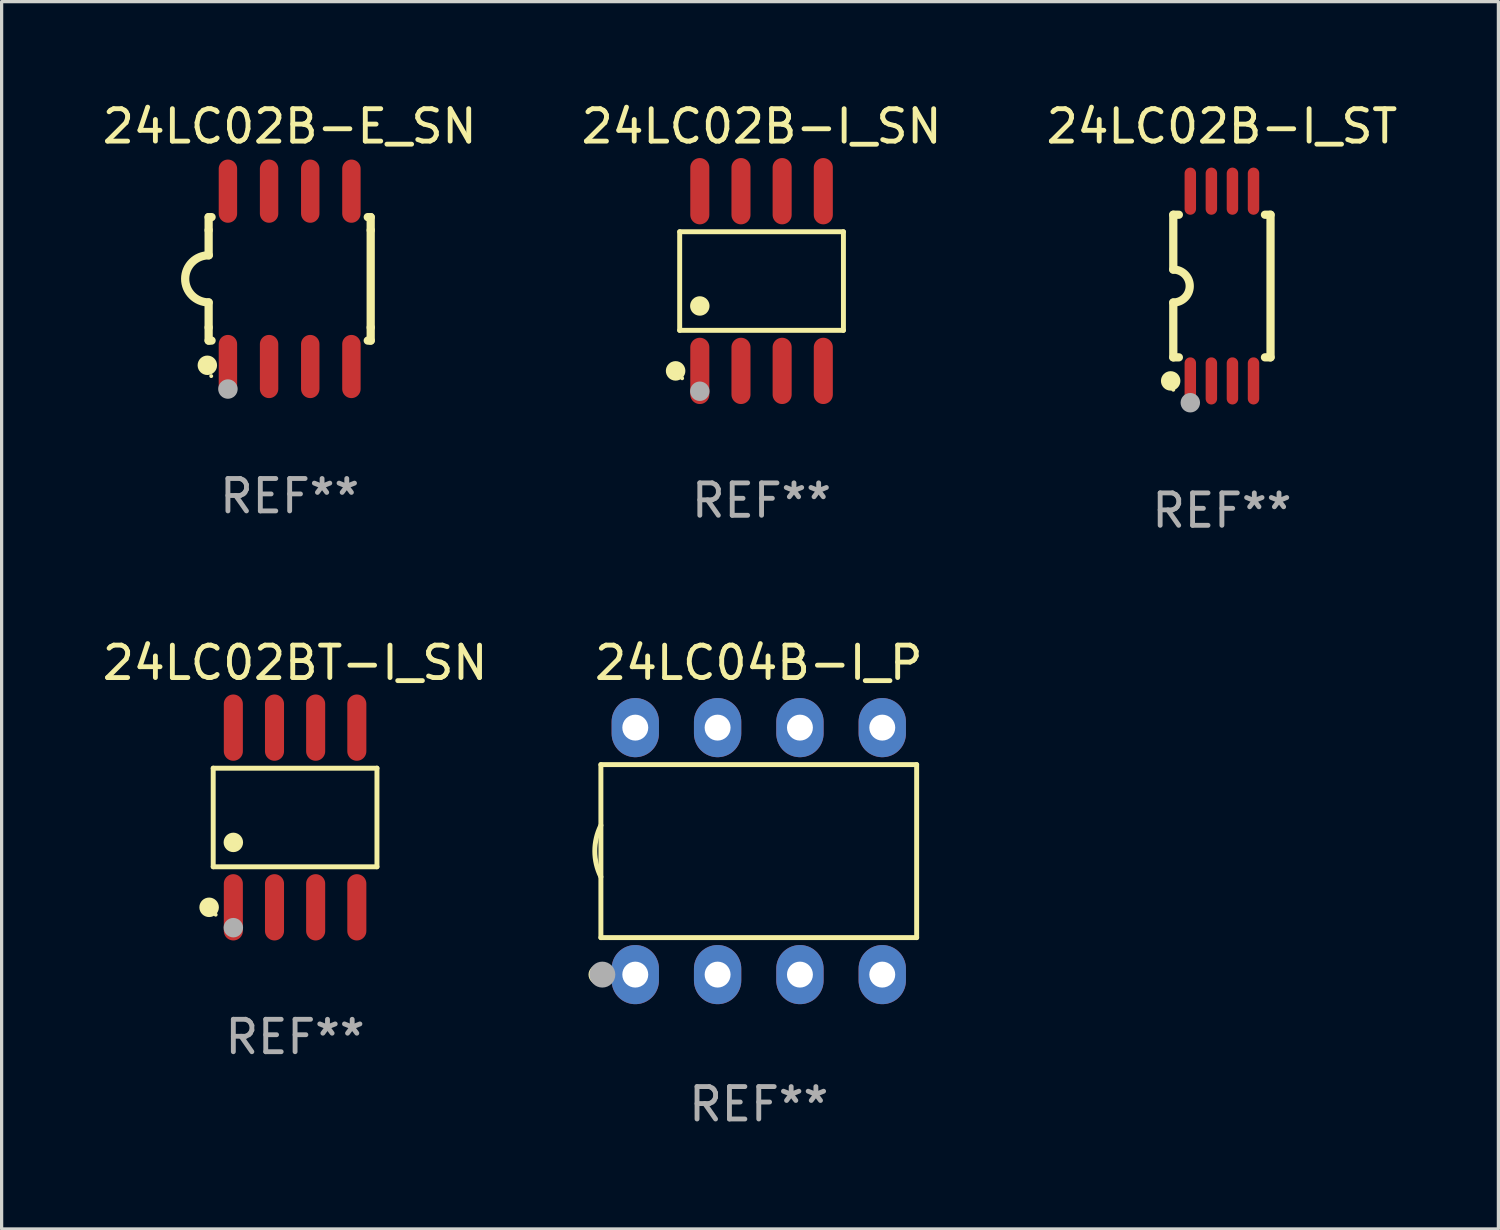
<source format=kicad_pcb>
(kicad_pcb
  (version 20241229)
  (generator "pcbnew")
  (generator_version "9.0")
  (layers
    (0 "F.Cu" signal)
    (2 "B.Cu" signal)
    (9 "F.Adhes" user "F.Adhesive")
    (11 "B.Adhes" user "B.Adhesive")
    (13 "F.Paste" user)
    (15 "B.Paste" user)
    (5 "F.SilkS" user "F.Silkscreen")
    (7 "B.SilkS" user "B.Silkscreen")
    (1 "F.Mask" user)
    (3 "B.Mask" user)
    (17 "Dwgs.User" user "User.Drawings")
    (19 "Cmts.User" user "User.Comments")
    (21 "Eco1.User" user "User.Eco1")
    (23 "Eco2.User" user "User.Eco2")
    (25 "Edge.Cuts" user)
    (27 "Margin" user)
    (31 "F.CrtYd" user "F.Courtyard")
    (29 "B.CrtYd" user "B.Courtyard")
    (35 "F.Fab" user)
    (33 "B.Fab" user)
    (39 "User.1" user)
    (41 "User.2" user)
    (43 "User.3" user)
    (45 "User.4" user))
  (footprint "24LC02B-E_SN"
    (layer "F.Cu")
    (at 5.887 5.553)
    (property "Reference" "24LC02B-E_SN" (at 0 -4.705 0) (layer "F.SilkS") (effects (font (size 1 1) (thickness 0.15))))
    (attr through_hole)
    (fp_line (start -2.5 -1.905) (end -2.409 -1.905) (stroke (width 0.254) (type solid)) (layer "F.SilkS"))
    (fp_line (start -2.5 -1.5) (end -2.5 -1.905) (stroke (width 0.254) (type solid)) (layer "F.SilkS"))
    (fp_line (start -2.5 -1.5) (end -2.5 -0.726) (stroke (width 0.254) (type solid)) (layer "F.SilkS"))
    (fp_line (start -2.5 1.5) (end -2.5 0.727) (stroke (width 0.254) (type solid)) (layer "F.SilkS"))
    (fp_line (start -2.5 1.5) (end -2.5 1.905) (stroke (width 0.254) (type solid)) (layer "F.SilkS"))
    (fp_line (start -2.5 1.905) (end -2.409 1.905) (stroke (width 0.254) (type solid)) (layer "F.SilkS"))
    (fp_line (start 2.5 -1.905) (end 2.409 -1.905) (stroke (width 0.254) (type solid)) (layer "F.SilkS"))
    (fp_line (start 2.5 -1.5) (end 2.5 -1.905) (stroke (width 0.254) (type solid)) (layer "F.SilkS"))
    (fp_line (start 2.5 -1.5) (end 2.5 1.5) (stroke (width 0.254) (type solid)) (layer "F.SilkS"))
    (fp_line (start 2.5 1.5) (end 2.5 1.905) (stroke (width 0.254) (type solid)) (layer "F.SilkS"))
    (fp_line (start 2.5 1.905) (end 2.409 1.905) (stroke (width 0.254) (type solid)) (layer "F.SilkS"))
    (fp_arc (start -2.5 0.726568) (mid -3.220316 -0.0023) (end -2.495097 -0.726289) (stroke (width 0.254001) (type solid)) (layer "F.SilkS"))
    (fp_circle (center -2.54 2.667) (end -2.39 2.667) (stroke (width 0.3) (type solid)) (fill no) (layer "F.SilkS"))
    (fp_circle (center -2.42 3) (end -2.39 3) (stroke (width 0.06) (type solid)) (fill no) (layer "F.SilkS"))
    (fp_circle (center -1.905 3.4) (end -1.755 3.4) (stroke (width 0.3) (type solid)) (fill no) (layer "F.Fab"))
    (fp_text user "REF**" (at 0 6.705 0) (layer "F.Fab") (effects (font (size 1 1) (thickness 0.15))))
    (pad "1" smd oval (at -1.905 2.705) (size 0.568 1.95) (layers "F.Cu" "F.Mask" "F.Paste"))
    (pad "2" smd oval (at -0.635 2.705) (size 0.568 1.95) (layers "F.Cu" "F.Mask" "F.Paste"))
    (pad "3" smd oval (at 0.635 2.705) (size 0.568 1.95) (layers "F.Cu" "F.Mask" "F.Paste"))
    (pad "4" smd oval (at 1.905 2.705) (size 0.568 1.95) (layers "F.Cu" "F.Mask" "F.Paste"))
    (pad "5" smd oval (at 1.905 -2.705) (size 0.568 1.95) (layers "F.Cu" "F.Mask" "F.Paste"))
    (pad "6" smd oval (at 0.635 -2.705) (size 0.568 1.95) (layers "F.Cu" "F.Mask" "F.Paste"))
    (pad "7" smd oval (at -0.635 -2.705) (size 0.568 1.95) (layers "F.Cu" "F.Mask" "F.Paste"))
    (pad "8" smd oval (at -1.905 -2.705) (size 0.568 1.95) (layers "F.Cu" "F.Mask" "F.Paste")))
  (footprint "24LC04B-I_P"
    (layer "F.Cu")
    (at 20.36 23.209)
    (property "Reference" "24LC04B-I_P" (at 0 -5.81 0) (layer "F.SilkS") (effects (font (size 1 1) (thickness 0.15))))
    (attr through_hole)
    (fp_line (start -4.871 -2.669) (end 4.871 -2.669) (stroke (width 0.152) (type solid)) (layer "F.SilkS"))
    (fp_line (start -4.871 2.669) (end -4.871 -2.669) (stroke (width 0.152) (type solid)) (layer "F.SilkS"))
    (fp_line (start 4.871 -2.669) (end 4.871 2.669) (stroke (width 0.152) (type solid)) (layer "F.SilkS"))
    (fp_line (start 4.871 2.669) (end -4.871 2.669) (stroke (width 0.152) (type solid)) (layer "F.SilkS"))
    (fp_arc (start -4.871222 0.793751) (mid -5.058601 0) (end -4.871222 -0.793752) (stroke (width 0.1524) (type solid)) (layer "F.SilkS"))
    (fp_circle (center -4.953 3.81) (end -4.803 3.81) (stroke (width 0.3) (type solid)) (fill no) (layer "F.SilkS"))
    (fp_circle (center -4.795 3.935) (end -4.765 3.935) (stroke (width 0.06) (type solid)) (fill no) (layer "F.SilkS"))
    (fp_circle (center -4.826 3.81) (end -4.626 3.81) (stroke (width 0.4) (type solid)) (fill no) (layer "F.Fab"))
    (fp_text user "REF**" (at 0 7.81 0) (layer "F.Fab") (effects (font (size 1 1) (thickness 0.15))))
    (pad "1" thru_hole oval (at -3.81 3.81) (size 1.46 1.825) (drill 0.8) (layers "*.Cu" "*.Mask"))
    (pad "2" thru_hole oval (at -1.27 3.81) (size 1.46 1.825) (drill 0.8) (layers "*.Cu" "*.Mask"))
    (pad "3" thru_hole oval (at 1.27 3.81) (size 1.46 1.825) (drill 0.8) (layers "*.Cu" "*.Mask"))
    (pad "4" thru_hole oval (at 3.81 3.81) (size 1.46 1.825) (drill 0.8) (layers "*.Cu" "*.Mask"))
    (pad "5" thru_hole oval (at 3.81 -3.81) (size 1.46 1.825) (drill 0.8) (layers "*.Cu" "*.Mask"))
    (pad "6" thru_hole oval (at 1.27 -3.81) (size 1.46 1.825) (drill 0.8) (layers "*.Cu" "*.Mask"))
    (pad "7" thru_hole oval (at -1.27 -3.81) (size 1.46 1.825) (drill 0.8) (layers "*.Cu" "*.Mask"))
    (pad "8" thru_hole oval (at -3.81 -3.81) (size 1.46 1.825) (drill 0.8) (layers "*.Cu" "*.Mask")))
  (footprint "24LC02B-I_SN"
    (layer "F.Cu")
    (at 20.446 5.621)
    (property "Reference" "24LC02B-I_SN" (at 0 -4.772 0) (layer "F.SilkS") (effects (font (size 1 1) (thickness 0.15))))
    (attr through_hole)
    (fp_line (start -2.526 -1.521) (end 2.526 -1.521) (stroke (width 0.152) (type solid)) (layer "F.SilkS"))
    (fp_line (start -2.526 1.521) (end -2.526 -1.521) (stroke (width 0.152) (type solid)) (layer "F.SilkS"))
    (fp_line (start 2.526 -1.521) (end 2.526 1.521) (stroke (width 0.152) (type solid)) (layer "F.SilkS"))
    (fp_line (start 2.526 1.521) (end -2.526 1.521) (stroke (width 0.152) (type solid)) (layer "F.SilkS"))
    (fp_circle (center -2.652 2.772) (end -2.501 2.772) (stroke (width 0.3) (type solid)) (fill no) (layer "F.SilkS"))
    (fp_circle (center -2.45 3) (end -2.42 3) (stroke (width 0.06) (type solid)) (fill no) (layer "F.SilkS"))
    (fp_circle (center -1.905 0.769) (end -1.755 0.769) (stroke (width 0.3) (type solid)) (fill no) (layer "F.SilkS"))
    (fp_circle (center -1.905 3.4) (end -1.755 3.4) (stroke (width 0.3) (type solid)) (fill no) (layer "F.Fab"))
    (fp_text user "REF**" (at 0 6.772 0) (layer "F.Fab") (effects (font (size 1 1) (thickness 0.15))))
    (pad "1" smd oval (at -1.905 2.772) (size 0.588 2.045) (layers "F.Cu" "F.Mask" "F.Paste"))
    (pad "2" smd oval (at -0.635 2.772) (size 0.588 2.045) (layers "F.Cu" "F.Mask" "F.Paste"))
    (pad "3" smd oval (at 0.635 2.772) (size 0.588 2.045) (layers "F.Cu" "F.Mask" "F.Paste"))
    (pad "4" smd oval (at 1.905 2.772) (size 0.588 2.045) (layers "F.Cu" "F.Mask" "F.Paste"))
    (pad "5" smd oval (at 1.905 -2.772) (size 0.588 2.045) (layers "F.Cu" "F.Mask" "F.Paste"))
    (pad "6" smd oval (at 0.635 -2.772) (size 0.588 2.045) (layers "F.Cu" "F.Mask" "F.Paste"))
    (pad "7" smd oval (at -0.635 -2.772) (size 0.588 2.045) (layers "F.Cu" "F.Mask" "F.Paste"))
    (pad "8" smd oval (at -1.905 -2.772) (size 0.588 2.045) (layers "F.Cu" "F.Mask" "F.Paste")))
  (footprint "24LC02B-I_ST"
    (layer "F.Cu")
    (at 34.649 5.775)
    (property "Reference" "24LC02B-I_ST" (at 0 -4.927 0) (layer "F.SilkS") (effects (font (size 1 1) (thickness 0.15))))
    (attr through_hole)
    (fp_line (start -1.5 -2.2) (end -1.5 -0.508) (stroke (width 0.254) (type solid)) (layer "F.SilkS"))
    (fp_line (start -1.5 -2.2) (end -1.328 -2.2) (stroke (width 0.254) (type solid)) (layer "F.SilkS"))
    (fp_line (start -1.5 2.2) (end -1.5 0.508) (stroke (width 0.254) (type solid)) (layer "F.SilkS"))
    (fp_line (start -1.5 2.2) (end -1.328 2.2) (stroke (width 0.254) (type solid)) (layer "F.SilkS"))
    (fp_line (start 1.328 -2.2) (end 1.5 -2.2) (stroke (width 0.254) (type solid)) (layer "F.SilkS"))
    (fp_line (start 1.328 2.2) (end 1.5 2.2) (stroke (width 0.254) (type solid)) (layer "F.SilkS"))
    (fp_line (start 1.5 -2.2) (end 1.5 2.2) (stroke (width 0.254) (type solid)) (layer "F.SilkS"))
    (fp_arc (start -1.501144 -0.508) (mid -0.993143 -0.000571) (end -1.5 0.508001) (stroke (width 0.254001) (type solid)) (layer "F.SilkS"))
    (fp_circle (center -1.581 2.927) (end -1.431 2.927) (stroke (width 0.3) (type solid)) (fill no) (layer "F.SilkS"))
    (fp_circle (center -1.5 3.2) (end -1.47 3.2) (stroke (width 0.06) (type solid)) (fill no) (layer "F.SilkS"))
    (fp_circle (center -0.975 3.6) (end -0.825 3.6) (stroke (width 0.3) (type solid)) (fill no) (layer "F.Fab"))
    (fp_text user "REF**" (at 0 6.927 0) (layer "F.Fab") (effects (font (size 1 1) (thickness 0.15))))
    (pad "1" smd oval (at -0.975 2.927) (size 0.353 1.454) (layers "F.Cu" "F.Mask" "F.Paste"))
    (pad "2" smd oval (at -0.325 2.927) (size 0.353 1.454) (layers "F.Cu" "F.Mask" "F.Paste"))
    (pad "3" smd oval (at 0.325 2.927) (size 0.353 1.454) (layers "F.Cu" "F.Mask" "F.Paste"))
    (pad "4" smd oval (at 0.975 2.927) (size 0.353 1.454) (layers "F.Cu" "F.Mask" "F.Paste"))
    (pad "5" smd oval (at 0.975 -2.927) (size 0.353 1.454) (layers "F.Cu" "F.Mask" "F.Paste"))
    (pad "6" smd oval (at 0.325 -2.927) (size 0.353 1.454) (layers "F.Cu" "F.Mask" "F.Paste"))
    (pad "7" smd oval (at -0.325 -2.927) (size 0.353 1.454) (layers "F.Cu" "F.Mask" "F.Paste"))
    (pad "8" smd oval (at -0.975 -2.927) (size 0.353 1.454) (layers "F.Cu" "F.Mask" "F.Paste")))
  (footprint "24LC02BT-I_SN"
    (layer "F.Cu")
    (at 6.054 22.171)
    (property "Reference" "24LC02BT-I_SN" (at 0 -4.772 0) (layer "F.SilkS") (effects (font (size 1 1) (thickness 0.15))))
    (attr through_hole)
    (fp_line (start -2.526 -1.521) (end 2.526 -1.521) (stroke (width 0.152) (type solid)) (layer "F.SilkS"))
    (fp_line (start -2.526 1.521) (end -2.526 -1.521) (stroke (width 0.152) (type solid)) (layer "F.SilkS"))
    (fp_line (start 2.526 -1.521) (end 2.526 1.521) (stroke (width 0.152) (type solid)) (layer "F.SilkS"))
    (fp_line (start 2.526 1.521) (end -2.526 1.521) (stroke (width 0.152) (type solid)) (layer "F.SilkS"))
    (fp_circle (center -2.652 2.772) (end -2.501 2.772) (stroke (width 0.3) (type solid)) (fill no) (layer "F.SilkS"))
    (fp_circle (center -2.45 3) (end -2.42 3) (stroke (width 0.06) (type solid)) (fill no) (layer "F.SilkS"))
    (fp_circle (center -1.905 0.769) (end -1.755 0.769) (stroke (width 0.3) (type solid)) (fill no) (layer "F.SilkS"))
    (fp_circle (center -1.905 3.4) (end -1.755 3.4) (stroke (width 0.3) (type solid)) (fill no) (layer "F.Fab"))
    (fp_text user "REF**" (at 0 6.772 0) (layer "F.Fab") (effects (font (size 1 1) (thickness 0.15))))
    (pad "1" smd oval (at -1.905 2.772) (size 0.588 2.045) (layers "F.Cu" "F.Mask" "F.Paste"))
    (pad "2" smd oval (at -0.635 2.772) (size 0.588 2.045) (layers "F.Cu" "F.Mask" "F.Paste"))
    (pad "3" smd oval (at 0.635 2.772) (size 0.588 2.045) (layers "F.Cu" "F.Mask" "F.Paste"))
    (pad "4" smd oval (at 1.905 2.772) (size 0.588 2.045) (layers "F.Cu" "F.Mask" "F.Paste"))
    (pad "5" smd oval (at 1.905 -2.772) (size 0.588 2.045) (layers "F.Cu" "F.Mask" "F.Paste"))
    (pad "6" smd oval (at 0.635 -2.772) (size 0.588 2.045) (layers "F.Cu" "F.Mask" "F.Paste"))
    (pad "7" smd oval (at -0.635 -2.772) (size 0.588 2.045) (layers "F.Cu" "F.Mask" "F.Paste"))
    (pad "8" smd oval (at -1.905 -2.772) (size 0.588 2.045) (layers "F.Cu" "F.Mask" "F.Paste")))
  (gr_rect
    (start -3 -3)
    (end 43.179 34.867)
    (stroke (width 0.1) (type default))
    (fill no)
    (layer "Edge.Cuts")))
</source>
